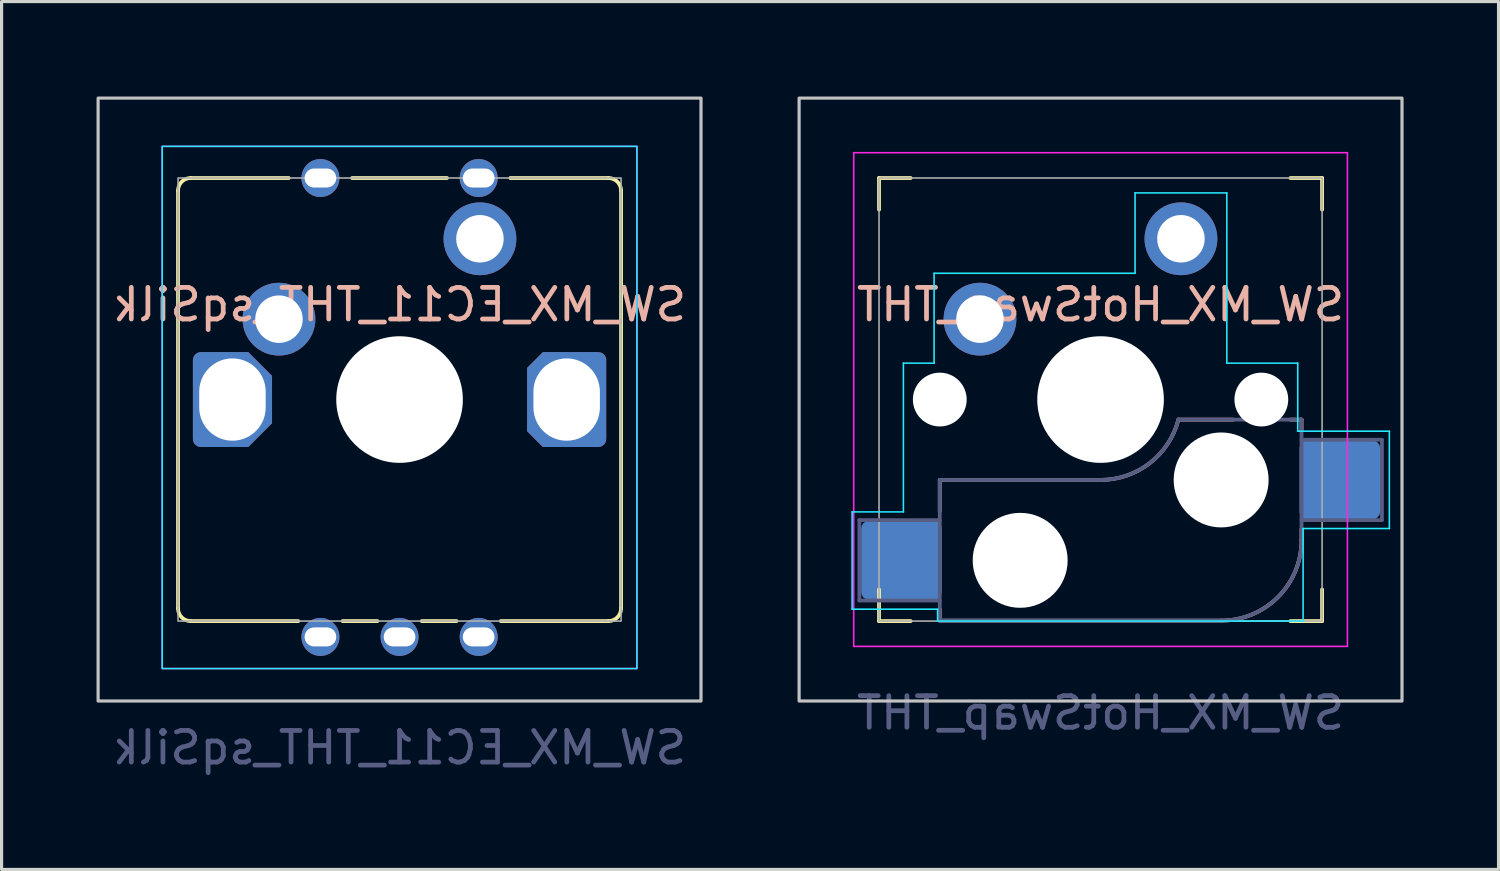
<source format=kicad_pcb>
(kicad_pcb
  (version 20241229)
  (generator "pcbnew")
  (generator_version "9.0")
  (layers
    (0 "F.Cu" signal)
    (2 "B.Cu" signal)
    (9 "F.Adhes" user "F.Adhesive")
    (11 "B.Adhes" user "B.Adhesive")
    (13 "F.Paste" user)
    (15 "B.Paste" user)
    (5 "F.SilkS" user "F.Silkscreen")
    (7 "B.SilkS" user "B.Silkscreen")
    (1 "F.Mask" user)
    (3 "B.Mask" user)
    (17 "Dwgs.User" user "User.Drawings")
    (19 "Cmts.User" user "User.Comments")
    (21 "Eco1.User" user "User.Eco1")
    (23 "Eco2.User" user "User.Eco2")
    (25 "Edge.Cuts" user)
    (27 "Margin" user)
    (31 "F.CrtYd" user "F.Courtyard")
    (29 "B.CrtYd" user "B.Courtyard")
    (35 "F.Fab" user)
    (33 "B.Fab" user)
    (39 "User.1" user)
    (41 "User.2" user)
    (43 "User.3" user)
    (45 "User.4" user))
  (footprint "SW_MX_HotSwap_THT"
    (layer "F.Cu")
    (at 31.725 9.575)
    (property "Reference" "SW_MX_HotSwap_THT" (at 0 -3 0) (layer "B.SilkS") (effects (font (size 1 1) (thickness 0.15)) (justify mirror)))
    (attr through_hole)
    (fp_line (start -7 -7) (end -7 -6) (stroke (width 0.12) (type solid)) (layer "F.SilkS"))
    (fp_line (start -7 7) (end -7 6) (stroke (width 0.12) (type solid)) (layer "F.SilkS"))
    (fp_line (start -7 7) (end -6 7) (stroke (width 0.12) (type solid)) (layer "F.SilkS"))
    (fp_line (start -6 -7) (end -7 -7) (stroke (width 0.12) (type solid)) (layer "F.SilkS"))
    (fp_line (start 6 7) (end 7 7) (stroke (width 0.12) (type solid)) (layer "F.SilkS"))
    (fp_line (start 7 -7) (end 6 -7) (stroke (width 0.12) (type solid)) (layer "F.SilkS"))
    (fp_line (start 7 -6) (end 7 -7) (stroke (width 0.12) (type solid)) (layer "F.SilkS"))
    (fp_line (start 7 7) (end 7 6) (stroke (width 0.12) (type solid)) (layer "F.SilkS"))
    (fp_line (start -5.08 2.54) (end -5.08 3.53) (stroke (width 0.12) (type default)) (layer "B.SilkS"))
    (fp_line (start -5.08 2.54) (end 0 2.54) (stroke (width 0.12) (type solid)) (layer "B.SilkS"))
    (fp_line (start -5.08 6.985) (end -5.08 6.63) (stroke (width 0.12) (type solid)) (layer "B.SilkS"))
    (fp_line (start 2.464 0.635) (end 4.191 0.635) (stroke (width 0.12) (type solid)) (layer "B.SilkS"))
    (fp_line (start 3.81 6.985) (end -5.08 6.985) (stroke (width 0.12) (type solid)) (layer "B.SilkS"))
    (fp_line (start 6 0.635) (end 6.35 0.635) (stroke (width 0.12) (type solid)) (layer "B.SilkS"))
    (fp_line (start 6.35 0.99) (end 6.35 0.635) (stroke (width 0.12) (type solid)) (layer "B.SilkS"))
    (fp_line (start 6.35 4.445) (end 6.35 4.09) (stroke (width 0.12) (type solid)) (layer "B.SilkS"))
    (fp_arc (start 2.459645 0.633836) (mid 1.555901 2.007678) (end 0 2.54) (stroke (width 0.12) (type default)) (layer "B.SilkS"))
    (fp_arc (start 6.35 4.445) (mid 5.606051 6.241051) (end 3.81 6.985) (stroke (width 0.12) (type solid)) (layer "B.SilkS"))
    (fp_rect (start -9.525 -9.525) (end 9.525 9.525) (stroke (width 0.1) (type default)) (fill no) (layer "Dwgs.User"))
    (fp_line (start -7.85 3.55) (end -7.85 6.625) (stroke (width 0.05) (type default)) (layer "B.CrtYd"))
    (fp_line (start -7.85 6.625) (end -5.15 6.625) (stroke (width 0.05) (type default)) (layer "B.CrtYd"))
    (fp_line (start -6.23 -1.15) (end -6.23 3.55) (stroke (width 0.05) (type default)) (layer "B.CrtYd"))
    (fp_line (start -6.23 -1.15) (end -5.26 -1.15) (stroke (width 0.05) (type default)) (layer "B.CrtYd"))
    (fp_line (start -6.23 3.55) (end -7.85 3.55) (stroke (width 0.05) (type default)) (layer "B.CrtYd"))
    (fp_line (start -5.26 -3.99) (end 1.09 -3.99) (stroke (width 0.05) (type default)) (layer "B.CrtYd"))
    (fp_line (start -5.26 -1.15) (end -5.26 -3.99) (stroke (width 0.05) (type default)) (layer "B.CrtYd"))
    (fp_line (start -5.15 6.625) (end -5.15 7) (stroke (width 0.05) (type default)) (layer "B.CrtYd"))
    (fp_line (start -5.15 7) (end 6.4 7) (stroke (width 0.05) (type default)) (layer "B.CrtYd"))
    (fp_line (start 1.09 -6.53) (end 3.99 -6.53) (stroke (width 0.05) (type default)) (layer "B.CrtYd"))
    (fp_line (start 1.09 -3.99) (end 1.09 -6.53) (stroke (width 0.05) (type default)) (layer "B.CrtYd"))
    (fp_line (start 3.99 -6.53) (end 3.99 -1.15) (stroke (width 0.05) (type default)) (layer "B.CrtYd"))
    (fp_line (start 3.99 -1.15) (end 6.23 -1.15) (stroke (width 0.05) (type default)) (layer "B.CrtYd"))
    (fp_line (start 6.23 -1.15) (end 6.23 1) (stroke (width 0.05) (type default)) (layer "B.CrtYd"))
    (fp_line (start 6.23 1) (end 9.125 1) (stroke (width 0.05) (type default)) (layer "B.CrtYd"))
    (fp_line (start 6.4 4.075) (end 6.4 7) (stroke (width 0.05) (type default)) (layer "B.CrtYd"))
    (fp_line (start 9.125 1) (end 9.125 4.075) (stroke (width 0.05) (type default)) (layer "B.CrtYd"))
    (fp_line (start 9.125 4.075) (end 6.4 4.075) (stroke (width 0.05) (type default)) (layer "B.CrtYd"))
    (fp_rect (start -7.8 -7.8) (end 7.8 7.8) (stroke (width 0.05) (type default)) (fill no) (layer "F.CrtYd"))
    (fp_line (start -7.62 3.81) (end -5.08 3.81) (stroke (width 0.12) (type solid)) (layer "B.Fab"))
    (fp_line (start -7.62 6.35) (end -7.62 3.81) (stroke (width 0.12) (type solid)) (layer "B.Fab"))
    (fp_line (start -5.08 2.54) (end 0 2.54) (stroke (width 0.12) (type solid)) (layer "B.Fab"))
    (fp_line (start -5.08 6.35) (end -7.62 6.35) (stroke (width 0.12) (type solid)) (layer "B.Fab"))
    (fp_line (start -5.08 6.985) (end -5.08 2.54) (stroke (width 0.12) (type solid)) (layer "B.Fab"))
    (fp_line (start 3.81 6.985) (end -5.08 6.985) (stroke (width 0.12) (type solid)) (layer "B.Fab"))
    (fp_line (start 6.35 0.635) (end 2.54 0.635) (stroke (width 0.12) (type solid)) (layer "B.Fab"))
    (fp_line (start 6.35 0.635) (end 6.35 4.445) (stroke (width 0.12) (type solid)) (layer "B.Fab"))
    (fp_line (start 6.35 1.27) (end 8.89 1.27) (stroke (width 0.12) (type solid)) (layer "B.Fab"))
    (fp_line (start 8.89 1.27) (end 8.89 3.81) (stroke (width 0.12) (type solid)) (layer "B.Fab"))
    (fp_line (start 8.89 3.81) (end 6.35 3.81) (stroke (width 0.12) (type solid)) (layer "B.Fab"))
    (fp_arc (start 2.464162 0.61604) (mid 1.563147 2.002042) (end 0 2.54) (stroke (width 0.12) (type solid)) (layer "B.Fab"))
    (fp_arc (start 6.35 4.445) (mid 5.606051 6.241051) (end 3.81 6.985) (stroke (width 0.12) (type solid)) (layer "B.Fab"))
    (fp_rect (start -7 -7) (end 7 7) (stroke (width 0.05) (type default)) (fill no) (layer "F.Fab"))
    (fp_text user "${REFERENCE}" (at 0 9.9 0) (layer "B.Fab") (effects (font (size 1 1) (thickness 0.15)) (justify mirror)))
    (pad "" np_thru_hole circle (at -5.08 0) (size 1.7 1.7) (drill 1.7) (layers "*.Cu" "*.Mask"))
    (pad "" np_thru_hole circle (at -2.54 5.08 180) (size 3 3) (drill 3) (layers "*.Cu" "*.Mask"))
    (pad "" np_thru_hole circle (at 0 0) (size 4 4) (drill 4) (layers "*.Cu" "*.Mask"))
    (pad "" np_thru_hole circle (at 3.81 2.54 180) (size 3 3) (drill 3) (layers "*.Cu" "*.Mask"))
    (pad "" np_thru_hole circle (at 5.08 0) (size 1.7 1.7) (drill 1.7) (layers "*.Cu" "*.Mask"))
    (pad "1" thru_hole circle (at 2.54 -5.08) (size 2.3 2.3) (drill 1.5) (layers "*.Cu" "*.Mask"))
    (pad "1" smd roundrect (at 7.56 2.54 180) (size 2.55 2.5) (layers "B.Cu" "B.Mask" "B.Paste") (roundrect_rratio 0.1))
    (pad "2" smd roundrect (at -6.29 5.08 180) (size 2.55 2.5) (layers "B.Cu" "B.Mask" "B.Paste") (roundrect_rratio 0.1))
    (pad "2" thru_hole circle (at -3.81 -2.54) (size 2.3 2.3) (drill 1.5) (layers "*.Cu" "*.Mask")))
  (footprint "SW_MX_EC11_THT_sqSilk"
    (layer "F.Cu")
    (at 9.575 9.575)
    (property "Reference" "SW_MX_EC11_THT_sqSilk" (at 0 -3 0) (layer "B.SilkS") (effects (font (size 1 1) (thickness 0.15)) (justify mirror)))
    (attr through_hole)
    (fp_line (start -7 6.6) (end -7 -6.6) (stroke (width 0.12) (type default)) (layer "F.SilkS"))
    (fp_line (start -6.6 -7) (end -3.5 -7) (stroke (width 0.12) (type default)) (layer "F.SilkS"))
    (fp_line (start -6.6 7) (end -3.2 7) (stroke (width 0.12) (type default)) (layer "F.SilkS"))
    (fp_line (start -1.8 7) (end -0.7 7) (stroke (width 0.12) (type default)) (layer "F.SilkS"))
    (fp_line (start -1.5 -7) (end 1.5 -7) (stroke (width 0.12) (type default)) (layer "F.SilkS"))
    (fp_line (start 0.7 7) (end 1.8 7) (stroke (width 0.12) (type default)) (layer "F.SilkS"))
    (fp_line (start 3.2 7) (end 6.6 7) (stroke (width 0.12) (type default)) (layer "F.SilkS"))
    (fp_line (start 3.5 -7) (end 6.6 -7) (stroke (width 0.12) (type default)) (layer "F.SilkS"))
    (fp_line (start 7 -6.6) (end 7 6.6) (stroke (width 0.12) (type default)) (layer "F.SilkS"))
    (fp_arc (start -7 -6.6) (mid -6.882843 -6.882843) (end -6.6 -7) (stroke (width 0.12) (type default)) (layer "F.SilkS"))
    (fp_arc (start -6.6 7) (mid -6.882843 6.882843) (end -7 6.6) (stroke (width 0.12) (type default)) (layer "F.SilkS"))
    (fp_arc (start 6.6 -7) (mid 6.882843 -6.882843) (end 7 -6.6) (stroke (width 0.12) (type default)) (layer "F.SilkS"))
    (fp_arc (start 7 6.6) (mid 6.882843 6.882843) (end 6.6 7) (stroke (width 0.12) (type default)) (layer "F.SilkS"))
    (fp_rect (start -9.525 -9.525) (end 9.525 9.525) (stroke (width 0.1) (type default)) (fill no) (layer "Dwgs.User"))
    (fp_rect (start -7.5 -8) (end 7.5 8.5) (stroke (width 0.05) (type default)) (fill no) (layer "B.CrtYd"))
    (fp_rect (start -7.5 -8) (end 7.5 8.5) (stroke (width 0.05) (type default)) (fill no) (layer "F.CrtYd"))
    (fp_rect (start -7 -7) (end 7 7) (stroke (width 0.05) (type default)) (fill no) (layer "F.Fab"))
    (fp_text user "${REFERENCE}" (at 0 11 0) (layer "B.Fab") (effects (font (size 1 1) (thickness 0.15)) (justify mirror)))
    (pad "" np_thru_hole circle (at 0 0) (size 4 4) (drill 4) (layers "*.Cu" "*.Mask"))
    (pad "A" thru_hole circle (at -2.5 7.5) (size 1.2 1.2) (drill oval 1 0.6) (layers "*.Cu" "*.Mask"))
    (pad "B" thru_hole circle (at 2.5 7.5) (size 1.2 1.2) (drill oval 1 0.6) (layers "*.Cu" "*.Mask"))
    (pad "C" thru_hole circle (at 0 7.5) (size 1.2 1.2) (drill oval 1 0.6) (layers "*.Cu" "*.Mask"))
    (pad "MP" thru_hole roundrect (at -5.28 0) (size 2.5 3) (drill oval 2.1 2.6) (layers "*.Cu" "*.Mask") (roundrect_rratio 0.1) (chamfer_ratio 0.3) (chamfer top_right bottom_right))
    (pad "MP" thru_hole roundrect (at 5.28 0 180) (size 2.5 3) (drill oval 2.1 2.6) (layers "*.Cu" "*.Mask") (roundrect_rratio 0.1) (chamfer_ratio 0.2) (chamfer top_right bottom_right))
    (pad "S1" thru_hole circle (at 2.5 -7) (size 1.2 1.2) (drill oval 1 0.6) (layers "*.Cu" "*.Mask"))
    (pad "S1" thru_hole circle (at 2.54 -5.08) (size 2.3 2.3) (drill 1.5) (layers "*.Cu" "*.Mask"))
    (pad "S2" thru_hole circle (at -3.81 -2.54) (size 2.3 2.3) (drill 1.5) (layers "*.Cu" "*.Mask"))
    (pad "S2" thru_hole circle (at -2.5 -7) (size 1.2 1.2) (drill oval 1 0.6) (layers "*.Cu" "*.Mask")))
  (gr_rect
    (start -3 -3)
    (end 44.3 24.423)
    (stroke (width 0.1) (type default))
    (fill no)
    (layer "Edge.Cuts")))
</source>
